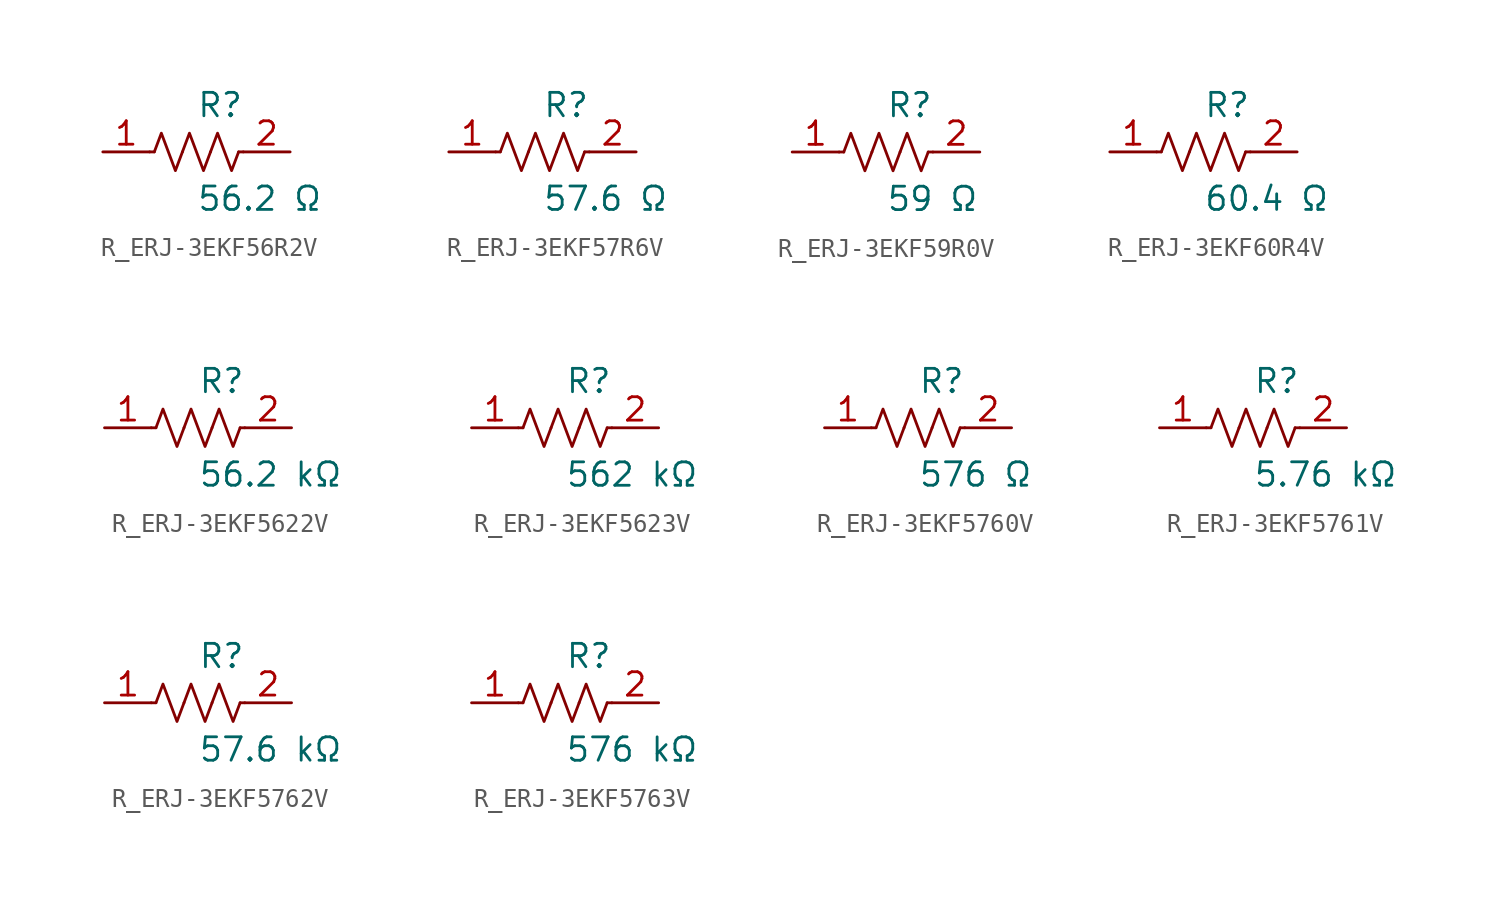
<source format=kicad_sym>
(kicad_symbol_lib
  (version 20231120)
  (generator "kicad_symbol_editor")
  (generator_version "8.0")
  (symbol "R_ERJ-3EKF56R2V"
    (pin_names
      (offset 0.254))
    (property "Reference" "R"
      (at 0 2.54 0)
      (effects (font (size 1.27 1.27)) (justify left)))
    (property "Value" "56.2 Ω"
      (at 0 -2.54 0)
      (effects (font (size 1.27 1.27)) (justify left)))
    (symbol "R_ERJ-3EKF56R2V_0_1"
      (polyline (pts (xy 2.286 0) (xy 2.54 0)) (stroke (width 0) (type default)) (fill (type none)))
      (polyline (pts (xy -2.286 0) (xy -2.54 0)) (stroke (width 0) (type default)) (fill (type none)))
      (polyline (pts (xy 0.762 0) (xy 1.143 1.016) (xy 1.524 0) (xy 1.905 -1.016) (xy 2.286 0)) (stroke (width 0) (type default)) (fill (type none)))
      (polyline (pts (xy -0.762 0) (xy -0.381 1.016) (xy 0 0) (xy 0.381 -1.016) (xy 0.762 0)) (stroke (width 0) (type default)) (fill (type none)))
      (polyline (pts (xy -2.286 0) (xy -1.905 1.016) (xy -1.524 0) (xy -1.143 -1.016) (xy -0.762 0)) (stroke (width 0) (type default)) (fill (type none))))
    (pin unspecified line
      (at -5.08 0 0)
      (length 2.54)
      (name "" (effects (font (size 1.27 1.27))))
      (number "1" (effects (font (size 1.27 1.27)))))
    (pin unspecified line
      (at 5.08 0 180)
      (length 2.54)
      (name "" (effects (font (size 1.27 1.27))))
      (number "2" (effects (font (size 1.27 1.27))))))
  (symbol "R_ERJ-3EKF57R6V"
    (pin_names
      (offset 0.254))
    (property "Reference" "R"
      (at 0 2.54 0)
      (effects (font (size 1.27 1.27)) (justify left)))
    (property "Value" "57.6 Ω"
      (at 0 -2.54 0)
      (effects (font (size 1.27 1.27)) (justify left)))
    (symbol "R_ERJ-3EKF57R6V_0_1"
      (polyline (pts (xy 2.286 0) (xy 2.54 0)) (stroke (width 0) (type default)) (fill (type none)))
      (polyline (pts (xy -2.286 0) (xy -2.54 0)) (stroke (width 0) (type default)) (fill (type none)))
      (polyline (pts (xy 0.762 0) (xy 1.143 1.016) (xy 1.524 0) (xy 1.905 -1.016) (xy 2.286 0)) (stroke (width 0) (type default)) (fill (type none)))
      (polyline (pts (xy -0.762 0) (xy -0.381 1.016) (xy 0 0) (xy 0.381 -1.016) (xy 0.762 0)) (stroke (width 0) (type default)) (fill (type none)))
      (polyline (pts (xy -2.286 0) (xy -1.905 1.016) (xy -1.524 0) (xy -1.143 -1.016) (xy -0.762 0)) (stroke (width 0) (type default)) (fill (type none))))
    (pin unspecified line
      (at -5.08 0 0)
      (length 2.54)
      (name "" (effects (font (size 1.27 1.27))))
      (number "1" (effects (font (size 1.27 1.27)))))
    (pin unspecified line
      (at 5.08 0 180)
      (length 2.54)
      (name "" (effects (font (size 1.27 1.27))))
      (number "2" (effects (font (size 1.27 1.27))))))
  (symbol "R_ERJ-3EKF59R0V"
    (pin_names
      (offset 0.254))
    (property "Reference" "R"
      (at 0 2.54 0)
      (effects (font (size 1.27 1.27)) (justify left)))
    (property "Value" "59 Ω"
      (at 0 -2.54 0)
      (effects (font (size 1.27 1.27)) (justify left)))
    (symbol "R_ERJ-3EKF59R0V_0_1"
      (polyline (pts (xy 2.286 0) (xy 2.54 0)) (stroke (width 0) (type default)) (fill (type none)))
      (polyline (pts (xy -2.286 0) (xy -2.54 0)) (stroke (width 0) (type default)) (fill (type none)))
      (polyline (pts (xy 0.762 0) (xy 1.143 1.016) (xy 1.524 0) (xy 1.905 -1.016) (xy 2.286 0)) (stroke (width 0) (type default)) (fill (type none)))
      (polyline (pts (xy -0.762 0) (xy -0.381 1.016) (xy 0 0) (xy 0.381 -1.016) (xy 0.762 0)) (stroke (width 0) (type default)) (fill (type none)))
      (polyline (pts (xy -2.286 0) (xy -1.905 1.016) (xy -1.524 0) (xy -1.143 -1.016) (xy -0.762 0)) (stroke (width 0) (type default)) (fill (type none))))
    (pin unspecified line
      (at -5.08 0 0)
      (length 2.54)
      (name "" (effects (font (size 1.27 1.27))))
      (number "1" (effects (font (size 1.27 1.27)))))
    (pin unspecified line
      (at 5.08 0 180)
      (length 2.54)
      (name "" (effects (font (size 1.27 1.27))))
      (number "2" (effects (font (size 1.27 1.27))))))
  (symbol "R_ERJ-3EKF60R4V"
    (pin_names
      (offset 0.254))
    (property "Reference" "R"
      (at 0 2.54 0)
      (effects (font (size 1.27 1.27)) (justify left)))
    (property "Value" "60.4 Ω"
      (at 0 -2.54 0)
      (effects (font (size 1.27 1.27)) (justify left)))
    (symbol "R_ERJ-3EKF60R4V_0_1"
      (polyline (pts (xy 2.286 0) (xy 2.54 0)) (stroke (width 0) (type default)) (fill (type none)))
      (polyline (pts (xy -2.286 0) (xy -2.54 0)) (stroke (width 0) (type default)) (fill (type none)))
      (polyline (pts (xy 0.762 0) (xy 1.143 1.016) (xy 1.524 0) (xy 1.905 -1.016) (xy 2.286 0)) (stroke (width 0) (type default)) (fill (type none)))
      (polyline (pts (xy -0.762 0) (xy -0.381 1.016) (xy 0 0) (xy 0.381 -1.016) (xy 0.762 0)) (stroke (width 0) (type default)) (fill (type none)))
      (polyline (pts (xy -2.286 0) (xy -1.905 1.016) (xy -1.524 0) (xy -1.143 -1.016) (xy -0.762 0)) (stroke (width 0) (type default)) (fill (type none))))
    (pin unspecified line
      (at -5.08 0 0)
      (length 2.54)
      (name "" (effects (font (size 1.27 1.27))))
      (number "1" (effects (font (size 1.27 1.27)))))
    (pin unspecified line
      (at 5.08 0 180)
      (length 2.54)
      (name "" (effects (font (size 1.27 1.27))))
      (number "2" (effects (font (size 1.27 1.27))))))
  (symbol "R_ERJ-3EKF5622V"
    (pin_names
      (offset 0.254))
    (property "Reference" "R"
      (at 0 2.54 0)
      (effects (font (size 1.27 1.27)) (justify left)))
    (property "Value" "56.2 kΩ"
      (at 0 -2.54 0)
      (effects (font (size 1.27 1.27)) (justify left)))
    (symbol "R_ERJ-3EKF5622V_0_1"
      (polyline (pts (xy 2.286 0) (xy 2.54 0)) (stroke (width 0) (type default)) (fill (type none)))
      (polyline (pts (xy -2.286 0) (xy -2.54 0)) (stroke (width 0) (type default)) (fill (type none)))
      (polyline (pts (xy 0.762 0) (xy 1.143 1.016) (xy 1.524 0) (xy 1.905 -1.016) (xy 2.286 0)) (stroke (width 0) (type default)) (fill (type none)))
      (polyline (pts (xy -0.762 0) (xy -0.381 1.016) (xy 0 0) (xy 0.381 -1.016) (xy 0.762 0)) (stroke (width 0) (type default)) (fill (type none)))
      (polyline (pts (xy -2.286 0) (xy -1.905 1.016) (xy -1.524 0) (xy -1.143 -1.016) (xy -0.762 0)) (stroke (width 0) (type default)) (fill (type none))))
    (pin unspecified line
      (at -5.08 0 0)
      (length 2.54)
      (name "" (effects (font (size 1.27 1.27))))
      (number "1" (effects (font (size 1.27 1.27)))))
    (pin unspecified line
      (at 5.08 0 180)
      (length 2.54)
      (name "" (effects (font (size 1.27 1.27))))
      (number "2" (effects (font (size 1.27 1.27))))))
  (symbol "R_ERJ-3EKF5623V"
    (pin_names
      (offset 0.254))
    (property "Reference" "R"
      (at 0 2.54 0)
      (effects (font (size 1.27 1.27)) (justify left)))
    (property "Value" "562 kΩ"
      (at 0 -2.54 0)
      (effects (font (size 1.27 1.27)) (justify left)))
    (symbol "R_ERJ-3EKF5623V_0_1"
      (polyline (pts (xy 2.286 0) (xy 2.54 0)) (stroke (width 0) (type default)) (fill (type none)))
      (polyline (pts (xy -2.286 0) (xy -2.54 0)) (stroke (width 0) (type default)) (fill (type none)))
      (polyline (pts (xy 0.762 0) (xy 1.143 1.016) (xy 1.524 0) (xy 1.905 -1.016) (xy 2.286 0)) (stroke (width 0) (type default)) (fill (type none)))
      (polyline (pts (xy -0.762 0) (xy -0.381 1.016) (xy 0 0) (xy 0.381 -1.016) (xy 0.762 0)) (stroke (width 0) (type default)) (fill (type none)))
      (polyline (pts (xy -2.286 0) (xy -1.905 1.016) (xy -1.524 0) (xy -1.143 -1.016) (xy -0.762 0)) (stroke (width 0) (type default)) (fill (type none))))
    (pin unspecified line
      (at -5.08 0 0)
      (length 2.54)
      (name "" (effects (font (size 1.27 1.27))))
      (number "1" (effects (font (size 1.27 1.27)))))
    (pin unspecified line
      (at 5.08 0 180)
      (length 2.54)
      (name "" (effects (font (size 1.27 1.27))))
      (number "2" (effects (font (size 1.27 1.27))))))
  (symbol "R_ERJ-3EKF5760V"
    (pin_names
      (offset 0.254))
    (property "Reference" "R"
      (at 0 2.54 0)
      (effects (font (size 1.27 1.27)) (justify left)))
    (property "Value" "576 Ω"
      (at 0 -2.54 0)
      (effects (font (size 1.27 1.27)) (justify left)))
    (symbol "R_ERJ-3EKF5760V_0_1"
      (polyline (pts (xy 2.286 0) (xy 2.54 0)) (stroke (width 0) (type default)) (fill (type none)))
      (polyline (pts (xy -2.286 0) (xy -2.54 0)) (stroke (width 0) (type default)) (fill (type none)))
      (polyline (pts (xy 0.762 0) (xy 1.143 1.016) (xy 1.524 0) (xy 1.905 -1.016) (xy 2.286 0)) (stroke (width 0) (type default)) (fill (type none)))
      (polyline (pts (xy -0.762 0) (xy -0.381 1.016) (xy 0 0) (xy 0.381 -1.016) (xy 0.762 0)) (stroke (width 0) (type default)) (fill (type none)))
      (polyline (pts (xy -2.286 0) (xy -1.905 1.016) (xy -1.524 0) (xy -1.143 -1.016) (xy -0.762 0)) (stroke (width 0) (type default)) (fill (type none))))
    (pin unspecified line
      (at -5.08 0 0)
      (length 2.54)
      (name "" (effects (font (size 1.27 1.27))))
      (number "1" (effects (font (size 1.27 1.27)))))
    (pin unspecified line
      (at 5.08 0 180)
      (length 2.54)
      (name "" (effects (font (size 1.27 1.27))))
      (number "2" (effects (font (size 1.27 1.27))))))
  (symbol "R_ERJ-3EKF5761V"
    (pin_names
      (offset 0.254))
    (property "Reference" "R"
      (at 0 2.54 0)
      (effects (font (size 1.27 1.27)) (justify left)))
    (property "Value" "5.76 kΩ"
      (at 0 -2.54 0)
      (effects (font (size 1.27 1.27)) (justify left)))
    (symbol "R_ERJ-3EKF5761V_0_1"
      (polyline (pts (xy 2.286 0) (xy 2.54 0)) (stroke (width 0) (type default)) (fill (type none)))
      (polyline (pts (xy -2.286 0) (xy -2.54 0)) (stroke (width 0) (type default)) (fill (type none)))
      (polyline (pts (xy 0.762 0) (xy 1.143 1.016) (xy 1.524 0) (xy 1.905 -1.016) (xy 2.286 0)) (stroke (width 0) (type default)) (fill (type none)))
      (polyline (pts (xy -0.762 0) (xy -0.381 1.016) (xy 0 0) (xy 0.381 -1.016) (xy 0.762 0)) (stroke (width 0) (type default)) (fill (type none)))
      (polyline (pts (xy -2.286 0) (xy -1.905 1.016) (xy -1.524 0) (xy -1.143 -1.016) (xy -0.762 0)) (stroke (width 0) (type default)) (fill (type none))))
    (pin unspecified line
      (at -5.08 0 0)
      (length 2.54)
      (name "" (effects (font (size 1.27 1.27))))
      (number "1" (effects (font (size 1.27 1.27)))))
    (pin unspecified line
      (at 5.08 0 180)
      (length 2.54)
      (name "" (effects (font (size 1.27 1.27))))
      (number "2" (effects (font (size 1.27 1.27))))))
  (symbol "R_ERJ-3EKF5762V"
    (pin_names
      (offset 0.254))
    (property "Reference" "R"
      (at 0 2.54 0)
      (effects (font (size 1.27 1.27)) (justify left)))
    (property "Value" "57.6 kΩ"
      (at 0 -2.54 0)
      (effects (font (size 1.27 1.27)) (justify left)))
    (symbol "R_ERJ-3EKF5762V_0_1"
      (polyline (pts (xy 2.286 0) (xy 2.54 0)) (stroke (width 0) (type default)) (fill (type none)))
      (polyline (pts (xy -2.286 0) (xy -2.54 0)) (stroke (width 0) (type default)) (fill (type none)))
      (polyline (pts (xy 0.762 0) (xy 1.143 1.016) (xy 1.524 0) (xy 1.905 -1.016) (xy 2.286 0)) (stroke (width 0) (type default)) (fill (type none)))
      (polyline (pts (xy -0.762 0) (xy -0.381 1.016) (xy 0 0) (xy 0.381 -1.016) (xy 0.762 0)) (stroke (width 0) (type default)) (fill (type none)))
      (polyline (pts (xy -2.286 0) (xy -1.905 1.016) (xy -1.524 0) (xy -1.143 -1.016) (xy -0.762 0)) (stroke (width 0) (type default)) (fill (type none))))
    (pin unspecified line
      (at -5.08 0 0)
      (length 2.54)
      (name "" (effects (font (size 1.27 1.27))))
      (number "1" (effects (font (size 1.27 1.27)))))
    (pin unspecified line
      (at 5.08 0 180)
      (length 2.54)
      (name "" (effects (font (size 1.27 1.27))))
      (number "2" (effects (font (size 1.27 1.27))))))
  (symbol "R_ERJ-3EKF5763V"
    (pin_names
      (offset 0.254))
    (property "Reference" "R"
      (at 0 2.54 0)
      (effects (font (size 1.27 1.27)) (justify left)))
    (property "Value" "576 kΩ"
      (at 0 -2.54 0)
      (effects (font (size 1.27 1.27)) (justify left)))
    (symbol "R_ERJ-3EKF5763V_0_1"
      (polyline (pts (xy 2.286 0) (xy 2.54 0)) (stroke (width 0) (type default)) (fill (type none)))
      (polyline (pts (xy -2.286 0) (xy -2.54 0)) (stroke (width 0) (type default)) (fill (type none)))
      (polyline (pts (xy 0.762 0) (xy 1.143 1.016) (xy 1.524 0) (xy 1.905 -1.016) (xy 2.286 0)) (stroke (width 0) (type default)) (fill (type none)))
      (polyline (pts (xy -0.762 0) (xy -0.381 1.016) (xy 0 0) (xy 0.381 -1.016) (xy 0.762 0)) (stroke (width 0) (type default)) (fill (type none)))
      (polyline (pts (xy -2.286 0) (xy -1.905 1.016) (xy -1.524 0) (xy -1.143 -1.016) (xy -0.762 0)) (stroke (width 0) (type default)) (fill (type none))))
    (pin unspecified line
      (at -5.08 0 0)
      (length 2.54)
      (name "" (effects (font (size 1.27 1.27))))
      (number "1" (effects (font (size 1.27 1.27)))))
    (pin unspecified line
      (at 5.08 0 180)
      (length 2.54)
      (name "" (effects (font (size 1.27 1.27))))
      (number "2" (effects (font (size 1.27 1.27)))))))
</source>
